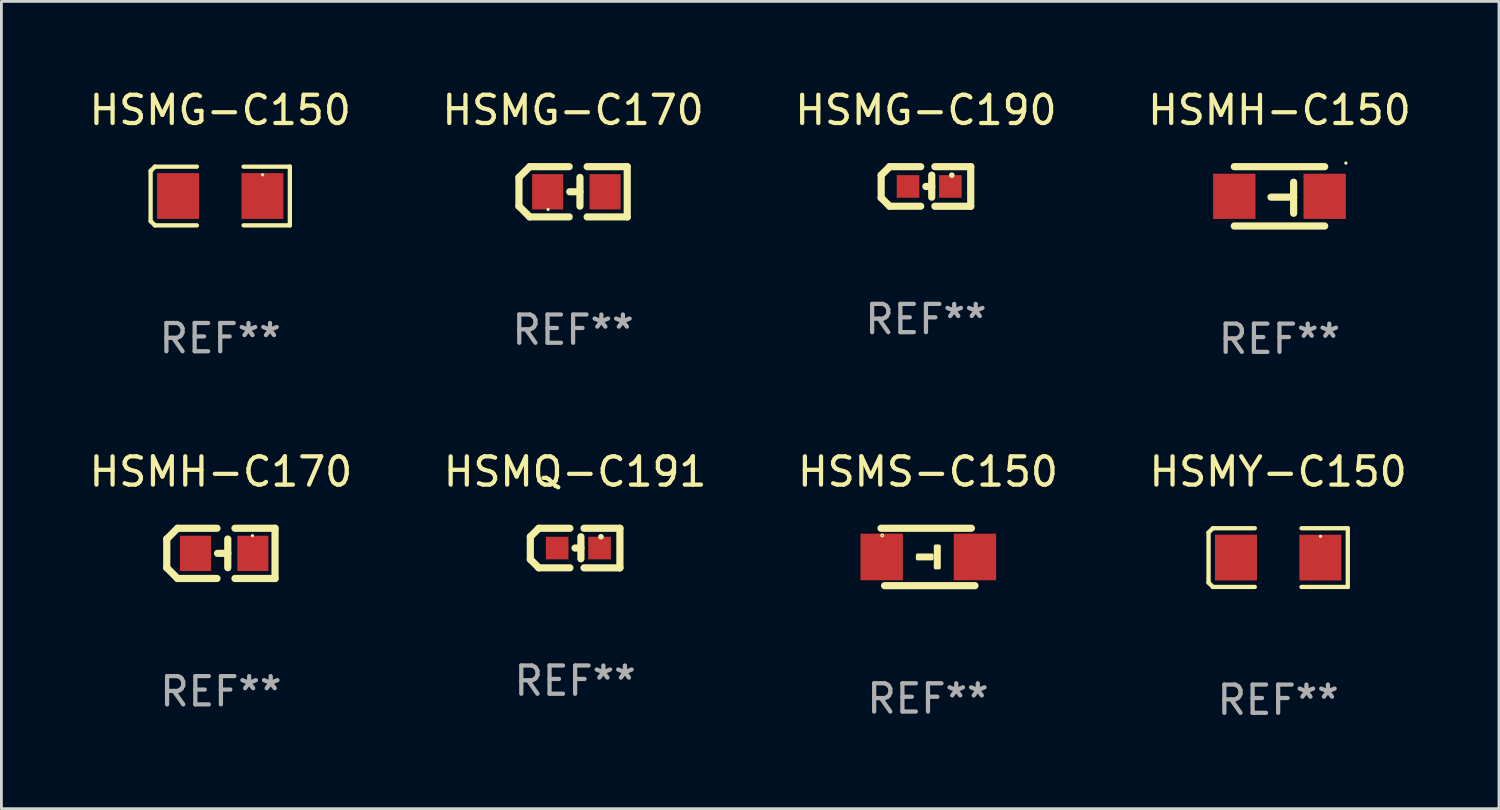
<source format=kicad_pcb>
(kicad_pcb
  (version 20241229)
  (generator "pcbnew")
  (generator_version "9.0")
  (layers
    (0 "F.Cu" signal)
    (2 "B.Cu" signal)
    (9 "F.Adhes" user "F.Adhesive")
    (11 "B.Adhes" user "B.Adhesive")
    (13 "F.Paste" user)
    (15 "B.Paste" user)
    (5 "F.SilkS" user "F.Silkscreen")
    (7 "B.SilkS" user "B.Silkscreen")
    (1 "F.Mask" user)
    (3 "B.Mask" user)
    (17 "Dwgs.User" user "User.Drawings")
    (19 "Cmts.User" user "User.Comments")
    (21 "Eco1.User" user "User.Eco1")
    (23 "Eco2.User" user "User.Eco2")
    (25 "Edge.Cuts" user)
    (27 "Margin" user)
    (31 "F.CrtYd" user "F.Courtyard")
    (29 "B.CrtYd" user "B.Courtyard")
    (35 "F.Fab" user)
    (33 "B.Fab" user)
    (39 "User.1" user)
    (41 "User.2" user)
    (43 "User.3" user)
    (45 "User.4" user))
  (footprint "HSMG-C190"
    (layer "F.Cu")
    (at 29.72 3.549)
    (property "Reference" "HSMG-C190" (at 0 -2.701 0) (layer "F.SilkS") (effects (font (size 1 1) (thickness 0.15))))
    (attr through_hole)
    (fp_line (start -1.585 -0.4) (end -1.585 0.4) (stroke (width 0.254) (type solid)) (layer "F.SilkS"))
    (fp_line (start -1.585 0.4) (end -1.285 0.7) (stroke (width 0.254) (type solid)) (layer "F.SilkS"))
    (fp_line (start -1.285 -0.7) (end -1.585 -0.4) (stroke (width 0.254) (type solid)) (layer "F.SilkS"))
    (fp_line (start -1.285 0.7) (end -0.185 0.7) (stroke (width 0.254) (type solid)) (layer "F.SilkS"))
    (fp_line (start -0.185 -0.7) (end -1.285 -0.7) (stroke (width 0.254) (type solid)) (layer "F.SilkS"))
    (fp_line (start 0.205 -0.4) (end 0.205 0.38) (stroke (width 0.254) (type solid)) (layer "F.SilkS"))
    (fp_line (start 0.205 -0.002) (end -0.004 -0.000127) (stroke (width 0.254) (type solid)) (layer "F.SilkS"))
    (fp_line (start 0.315 -0.701) (end 1.585 -0.701) (stroke (width 0.254) (type solid)) (layer "F.SilkS"))
    (fp_line (start 1.585 -0.701) (end 1.585 0.701) (stroke (width 0.254) (type solid)) (layer "F.SilkS"))
    (fp_line (start 1.585 0.701) (end 0.315 0.701) (stroke (width 0.254) (type solid)) (layer "F.SilkS"))
    (fp_circle (center 0.915 -0.4) (end 0.965 -0.4) (stroke (width 0.1) (type solid)) (fill no) (layer "F.SilkS"))
    (fp_text user "REF**" (at 0 4.701 0) (layer "F.Fab") (effects (font (size 1 1) (thickness 0.15))))
    (pad "1" smd rect (at 0.865 0.000025) (size 0.8 0.8) (layers "F.Cu" "F.Mask" "F.Paste"))
    (pad "2" smd rect (at -0.635 0.000025) (size 0.8 0.8) (layers "F.Cu" "F.Mask" "F.Paste")))
  (footprint "HSMH-C170"
    (layer "F.Cu")
    (at 4.768 16.534)
    (property "Reference" "HSMH-C170" (at 0 -2.889 0) (layer "F.SilkS") (effects (font (size 1 1) (thickness 0.15))))
    (attr through_hole)
    (fp_line (start -1.916 -0.508) (end -1.535 -0.889) (stroke (width 0.254) (type solid)) (layer "F.SilkS"))
    (fp_line (start -1.916 0.508) (end -1.916 -0.508) (stroke (width 0.254) (type solid)) (layer "F.SilkS"))
    (fp_line (start -1.535 0.889) (end -1.916 0.508) (stroke (width 0.254) (type solid)) (layer "F.SilkS"))
    (fp_line (start -0.138 -0.889) (end -1.535 -0.889) (stroke (width 0.254) (type solid)) (layer "F.SilkS"))
    (fp_line (start -0.138 0.889) (end -1.535 0.889) (stroke (width 0.254) (type solid)) (layer "F.SilkS"))
    (fp_line (start 0.243 -0.001) (end -0.119 -0.000051) (stroke (width 0.254) (type solid)) (layer "F.SilkS"))
    (fp_line (start 0.243 0.508) (end 0.243 -0.508) (stroke (width 0.254) (type solid)) (layer "F.SilkS"))
    (fp_line (start 0.497 -0.889) (end 1.916 -0.889) (stroke (width 0.254) (type solid)) (layer "F.SilkS"))
    (fp_line (start 1.916 -0.889) (end 1.916 0.889) (stroke (width 0.254) (type solid)) (layer "F.SilkS"))
    (fp_line (start 1.916 0.889) (end 0.497 0.889) (stroke (width 0.254) (type solid)) (layer "F.SilkS"))
    (fp_circle (center 1.116 -0.625) (end 1.146 -0.625) (stroke (width 0.06) (type solid)) (fill no) (layer "F.SilkS"))
    (fp_text user "REF**" (at 0 4.889 0) (layer "F.Fab") (effects (font (size 1 1) (thickness 0.15))))
    (pad "1" smd rect (at 1.132 0) (size 1.1 1.25) (layers "F.Cu" "F.Mask" "F.Paste"))
    (pad "2" smd rect (at -0.9 0) (size 1.1 1.25) (layers "F.Cu" "F.Mask" "F.Paste")))
  (footprint "HSMH-C150"
    (layer "F.Cu")
    (at 42.232 3.898)
    (property "Reference" "HSMH-C150" (at 0 -3.05 0) (layer "F.SilkS") (effects (font (size 1 1) (thickness 0.15))))
    (attr through_hole)
    (fp_line (start -1.6 1.05) (end 1.6 1.05) (stroke (width 0.254) (type solid)) (layer "F.SilkS"))
    (fp_line (start 0.5 -0.5) (end 0.5 0.6) (stroke (width 0.254) (type solid)) (layer "F.SilkS"))
    (fp_line (start 0.5 0.029) (end -0.3 0.029) (stroke (width 0.254) (type solid)) (layer "F.SilkS"))
    (fp_line (start 1.6 -1.05) (end -1.6 -1.05) (stroke (width 0.254) (type solid)) (layer "F.SilkS"))
    (fp_circle (center 2.35 -1.177) (end 2.38 -1.177) (stroke (width 0.06) (type solid)) (fill no) (layer "F.SilkS"))
    (fp_text user "REF**" (at 0 5.05 0) (layer "F.Fab") (effects (font (size 1 1) (thickness 0.15))))
    (pad "1" smd rect (at 1.6 0) (size 1.5 1.6) (layers "F.Cu" "F.Mask" "F.Paste"))
    (pad "2" smd rect (at -1.6 0 180) (size 1.5 1.6) (layers "F.Cu" "F.Mask" "F.Paste")))
  (footprint "HSMG-C170"
    (layer "F.Cu")
    (at 17.232 3.737)
    (property "Reference" "HSMG-C170" (at 0 -2.889 0) (layer "F.SilkS") (effects (font (size 1 1) (thickness 0.15))))
    (attr through_hole)
    (fp_line (start -1.916 -0.508) (end -1.535 -0.889) (stroke (width 0.254) (type solid)) (layer "F.SilkS"))
    (fp_line (start -1.916 0.508) (end -1.916 -0.508) (stroke (width 0.254) (type solid)) (layer "F.SilkS"))
    (fp_line (start -1.535 0.889) (end -1.916 0.508) (stroke (width 0.254) (type solid)) (layer "F.SilkS"))
    (fp_line (start -0.138 -0.889) (end -1.535 -0.889) (stroke (width 0.254) (type solid)) (layer "F.SilkS"))
    (fp_line (start -0.138 0.889) (end -1.535 0.889) (stroke (width 0.254) (type solid)) (layer "F.SilkS"))
    (fp_line (start 0.243 -0.001) (end -0.119 0) (stroke (width 0.254) (type solid)) (layer "F.SilkS"))
    (fp_line (start 0.243 0.508) (end 0.243 -0.508) (stroke (width 0.254) (type solid)) (layer "F.SilkS"))
    (fp_line (start 0.497 -0.889) (end 1.916 -0.889) (stroke (width 0.254) (type solid)) (layer "F.SilkS"))
    (fp_line (start 1.916 -0.889) (end 1.916 0.889) (stroke (width 0.254) (type solid)) (layer "F.SilkS"))
    (fp_line (start 1.916 0.889) (end 0.497 0.889) (stroke (width 0.254) (type solid)) (layer "F.SilkS"))
    (fp_circle (center -0.884 0.625) (end -0.854 0.625) (stroke (width 0.06) (type solid)) (fill no) (layer "F.SilkS"))
    (fp_text user "REF**" (at 0 4.889 0) (layer "F.Fab") (effects (font (size 1 1) (thickness 0.15))))
    (pad "1" smd rect (at -0.9 0.000076) (size 1.1 1.25) (layers "F.Cu" "F.Mask" "F.Paste"))
    (pad "2" smd rect (at 1.132 0.000076) (size 1.1 1.25) (layers "F.Cu" "F.Mask" "F.Paste")))
  (footprint "HSMS-C150"
    (layer "F.Cu")
    (at 29.792 16.661)
    (property "Reference" "HSMS-C150" (at 0 -3.016 0) (layer "F.SilkS") (effects (font (size 1 1) (thickness 0.15))))
    (attr through_hole)
    (fp_line (start 1.536 -1.016) (end -1.663 -1.016) (stroke (width 0.254) (type solid)) (layer "F.SilkS"))
    (fp_line (start 1.663 1.016) (end -1.536 1.016) (stroke (width 0.254) (type solid)) (layer "F.SilkS"))
    (fp_circle (center -1.62 -0.762) (end -1.6 -0.762) (stroke (width 0.05) (type solid)) (fill no) (layer "F.SilkS"))
    (fp_poly (pts (xy -0.369 -0.064) (xy 0.139 -0.064) (xy 0.139 0.063) (xy -0.369 0.063)) (stroke (width 0.12) (type solid)) (fill yes) (layer "F.SilkS"))
    (fp_poly (pts (xy 0.266 -0.381) (xy 0.393 -0.381) (xy 0.393 0.381) (xy 0.266 0.381)) (stroke (width 0.12) (type solid)) (fill yes) (layer "F.SilkS"))
    (fp_text user "REF**" (at 0 5.016 0) (layer "F.Fab") (effects (font (size 1 1) (thickness 0.15))))
    (pad "1" smd rect (at -1.638 -0.000051 180) (size 1.5 1.65) (layers "F.Cu" "F.Mask" "F.Paste"))
    (pad "2" smd rect (at 1.662 -0.000051 180) (size 1.5 1.65) (layers "F.Cu" "F.Mask" "F.Paste")))
  (footprint "HSMG-C150"
    (layer "F.Cu")
    (at 4.744 3.887)
    (property "Reference" "HSMG-C150" (at 0 -3.039 0) (layer "F.SilkS") (effects (font (size 1 1) (thickness 0.15))))
    (attr through_hole)
    (fp_line (start -2.464 -0.886) (end -2.311 -1.039) (stroke (width 0.152) (type solid)) (layer "F.SilkS"))
    (fp_line (start -2.464 0.886) (end -2.464 -0.886) (stroke (width 0.152) (type solid)) (layer "F.SilkS"))
    (fp_line (start -2.311 -1.039) (end -0.826 -1.039) (stroke (width 0.152) (type solid)) (layer "F.SilkS"))
    (fp_line (start -2.311 1.039) (end -2.464 0.886) (stroke (width 0.152) (type solid)) (layer "F.SilkS"))
    (fp_line (start -0.826 1.039) (end -2.311 1.039) (stroke (width 0.152) (type solid)) (layer "F.SilkS"))
    (fp_line (start 0.826 1.039) (end 2.464 1.039) (stroke (width 0.152) (type solid)) (layer "F.SilkS"))
    (fp_line (start 2.464 -1.039) (end 0.826 -1.039) (stroke (width 0.152) (type solid)) (layer "F.SilkS"))
    (fp_line (start 2.464 1.039) (end 2.464 -1.039) (stroke (width 0.152) (type solid)) (layer "F.SilkS"))
    (fp_circle (center 1.5 -0.75) (end 1.53 -0.75) (stroke (width 0.06) (type solid)) (fill no) (layer "F.SilkS"))
    (fp_text user "REF**" (at 0 5.039 0) (layer "F.Fab") (effects (font (size 1 1) (thickness 0.15))))
    (pad "1" smd rect (at 1.493 0) (size 1.485 1.62) (layers "F.Cu" "F.Mask" "F.Paste"))
    (pad "2" smd rect (at -1.493 0) (size 1.485 1.62) (layers "F.Cu" "F.Mask" "F.Paste")))
  (footprint "HSMQ-C191"
    (layer "F.Cu")
    (at 17.304 16.346)
    (property "Reference" "HSMQ-C191" (at 0 -2.701 0) (layer "F.SilkS") (effects (font (size 1 1) (thickness 0.15))))
    (attr through_hole)
    (fp_line (start -1.585 -0.4) (end -1.585 0.4) (stroke (width 0.254) (type solid)) (layer "F.SilkS"))
    (fp_line (start -1.585 0.4) (end -1.285 0.7) (stroke (width 0.254) (type solid)) (layer "F.SilkS"))
    (fp_line (start -1.285 -0.7) (end -1.585 -0.4) (stroke (width 0.254) (type solid)) (layer "F.SilkS"))
    (fp_line (start -1.285 0.7) (end -0.185 0.7) (stroke (width 0.254) (type solid)) (layer "F.SilkS"))
    (fp_line (start -0.185 -0.7) (end -1.285 -0.7) (stroke (width 0.254) (type solid)) (layer "F.SilkS"))
    (fp_line (start 0.205 -0.4) (end 0.205 0.38) (stroke (width 0.254) (type solid)) (layer "F.SilkS"))
    (fp_line (start 0.205 -0.002) (end -0.004 -0.000127) (stroke (width 0.254) (type solid)) (layer "F.SilkS"))
    (fp_line (start 0.315 -0.701) (end 1.585 -0.701) (stroke (width 0.254) (type solid)) (layer "F.SilkS"))
    (fp_line (start 1.585 -0.701) (end 1.585 0.701) (stroke (width 0.254) (type solid)) (layer "F.SilkS"))
    (fp_line (start 1.585 0.701) (end 0.315 0.701) (stroke (width 0.254) (type solid)) (layer "F.SilkS"))
    (fp_circle (center 0.915 -0.4) (end 0.965 -0.4) (stroke (width 0.1) (type solid)) (fill no) (layer "F.SilkS"))
    (fp_text user "REF**" (at 0 4.701 0) (layer "F.Fab") (effects (font (size 1 1) (thickness 0.15))))
    (pad "1" smd rect (at 0.865 0.000025) (size 0.8 0.8) (layers "F.Cu" "F.Mask" "F.Paste"))
    (pad "2" smd rect (at -0.635 0.000025) (size 0.8 0.8) (layers "F.Cu" "F.Mask" "F.Paste")))
  (footprint "HSMY-C150"
    (layer "F.Cu")
    (at 42.185 16.683)
    (property "Reference" "HSMY-C150" (at 0 -3.039 0) (layer "F.SilkS") (effects (font (size 1 1) (thickness 0.15))))
    (attr through_hole)
    (fp_line (start -2.464 -0.886) (end -2.311 -1.039) (stroke (width 0.152) (type solid)) (layer "F.SilkS"))
    (fp_line (start -2.464 0.886) (end -2.464 -0.886) (stroke (width 0.152) (type solid)) (layer "F.SilkS"))
    (fp_line (start -2.311 -1.039) (end -0.826 -1.039) (stroke (width 0.152) (type solid)) (layer "F.SilkS"))
    (fp_line (start -2.311 1.039) (end -2.464 0.886) (stroke (width 0.152) (type solid)) (layer "F.SilkS"))
    (fp_line (start -0.826 1.039) (end -2.311 1.039) (stroke (width 0.152) (type solid)) (layer "F.SilkS"))
    (fp_line (start 0.826 1.039) (end 2.464 1.039) (stroke (width 0.152) (type solid)) (layer "F.SilkS"))
    (fp_line (start 2.464 -1.039) (end 0.826 -1.039) (stroke (width 0.152) (type solid)) (layer "F.SilkS"))
    (fp_line (start 2.464 1.039) (end 2.464 -1.039) (stroke (width 0.152) (type solid)) (layer "F.SilkS"))
    (fp_circle (center 1.5 -0.75) (end 1.53 -0.75) (stroke (width 0.06) (type solid)) (fill no) (layer "F.SilkS"))
    (fp_text user "REF**" (at 0 5.039 0) (layer "F.Fab") (effects (font (size 1 1) (thickness 0.15))))
    (pad "1" smd rect (at 1.493 0) (size 1.485 1.62) (layers "F.Cu" "F.Mask" "F.Paste"))
    (pad "2" smd rect (at -1.493 0) (size 1.485 1.62) (layers "F.Cu" "F.Mask" "F.Paste")))
  (gr_rect
    (start -3 -3)
    (end 50 25.57)
    (stroke (width 0.1) (type default))
    (fill no)
    (layer "Edge.Cuts")))
</source>
